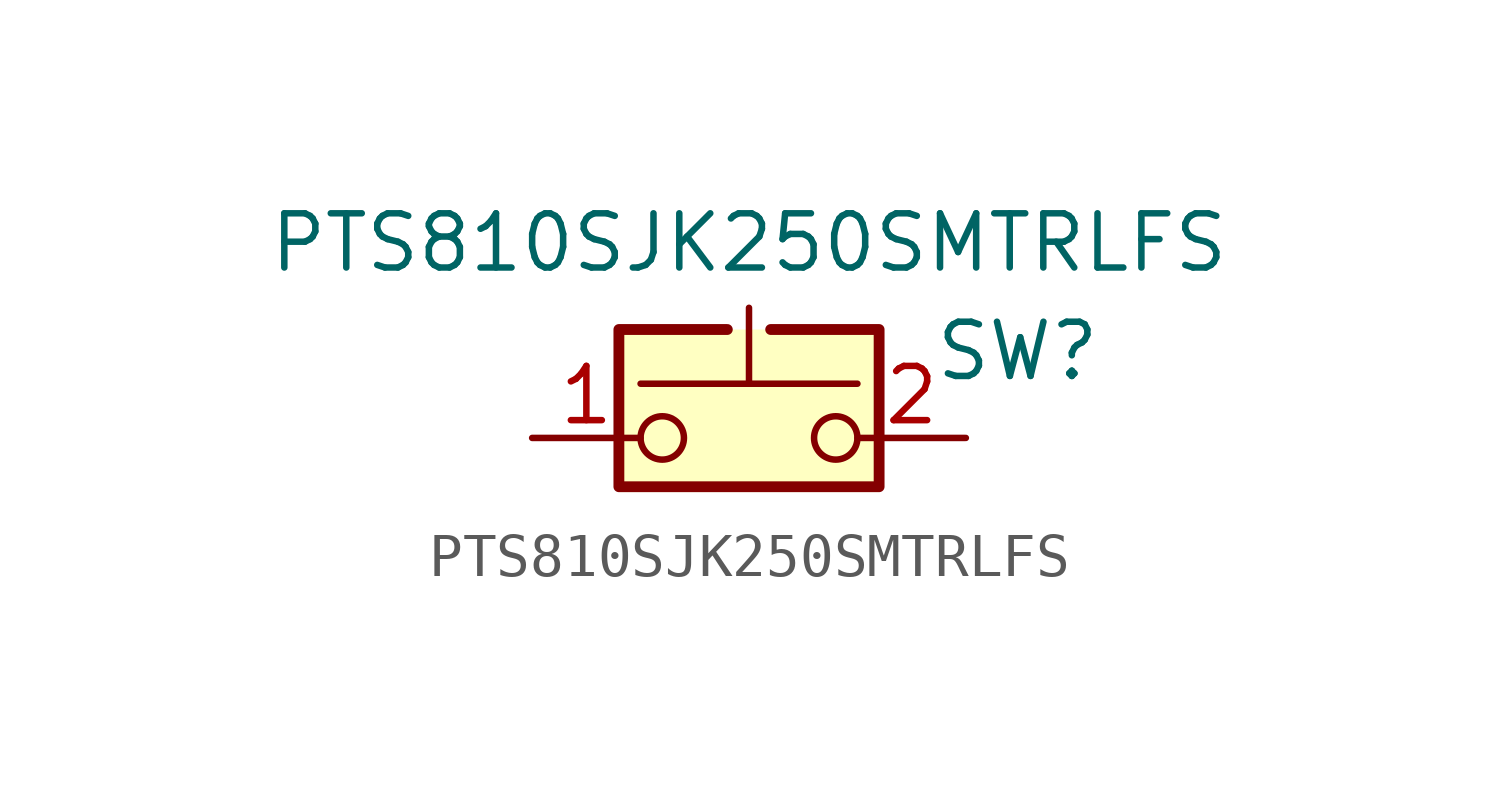
<source format=kicad_sym>
(kicad_symbol_lib
  (version 20241209)
  (generator "kicad_symbol_editor")
  (generator_version "9.0")
  (symbol "PTS810SJK250SMTRLFS"
    (pin_names
      (offset 1.016)
      (hide yes))
    (property "Reference" "SW"
      (at 4.318 2.032 0)
      (effects (font (size 1.27 1.27)) (justify left)))
    (property "Value" "PTS810SJK250SMTRLFS"
      (at 0 4.572 0)
      (effects (font (size 1.27 1.27))))
    (symbol "PTS810SJK250SMTRLFS_0_1"
      (circle (center -2.032 0) (radius 0.508) (stroke (width 0) (type default)) (fill (type none)))
      (polyline (pts (xy 0 1.27) (xy 0 3.048)) (stroke (width 0) (type default)) (fill (type none)))
      (polyline (pts (xy 0.508 2.54) (xy 3.048 2.54) (xy 3.048 -1.143) (xy -3.048 -1.143) (xy -3.048 2.54) (xy -0.508 2.54)) (stroke (width -0.025) (type default)) (fill (type none)))
      (polyline (pts (xy 0.508 2.54) (xy 3.048 2.54) (xy 3.048 -1.143) (xy -3.048 -1.143) (xy -3.048 2.54) (xy -0.508 2.54)) (stroke (width 0.254) (type default)) (fill (type none)))
      (circle (center 2.032 0) (radius 0.508) (stroke (width 0) (type default)) (fill (type none)))
      (polyline (pts (xy 2.54 1.27) (xy -2.54 1.27)) (stroke (width 0) (type default)) (fill (type none)))
      (pin passive line (at -5.08 0 0) (length 2.54) (name "1" (effects (font (size 1.27 1.27)))) (number "1" (effects (font (size 1.27 1.27)))))
      (pin passive line (at 5.08 0 180) (length 2.54) (name "2" (effects (font (size 1.27 1.27)))) (number "2" (effects (font (size 1.27 1.27))))))
    (symbol "PTS810SJK250SMTRLFS_1_1"
      (rectangle (start -3.048 2.54) (end 3.048 -1.27) (stroke (width -0.025) (type default)) (fill (type background))))))
</source>
